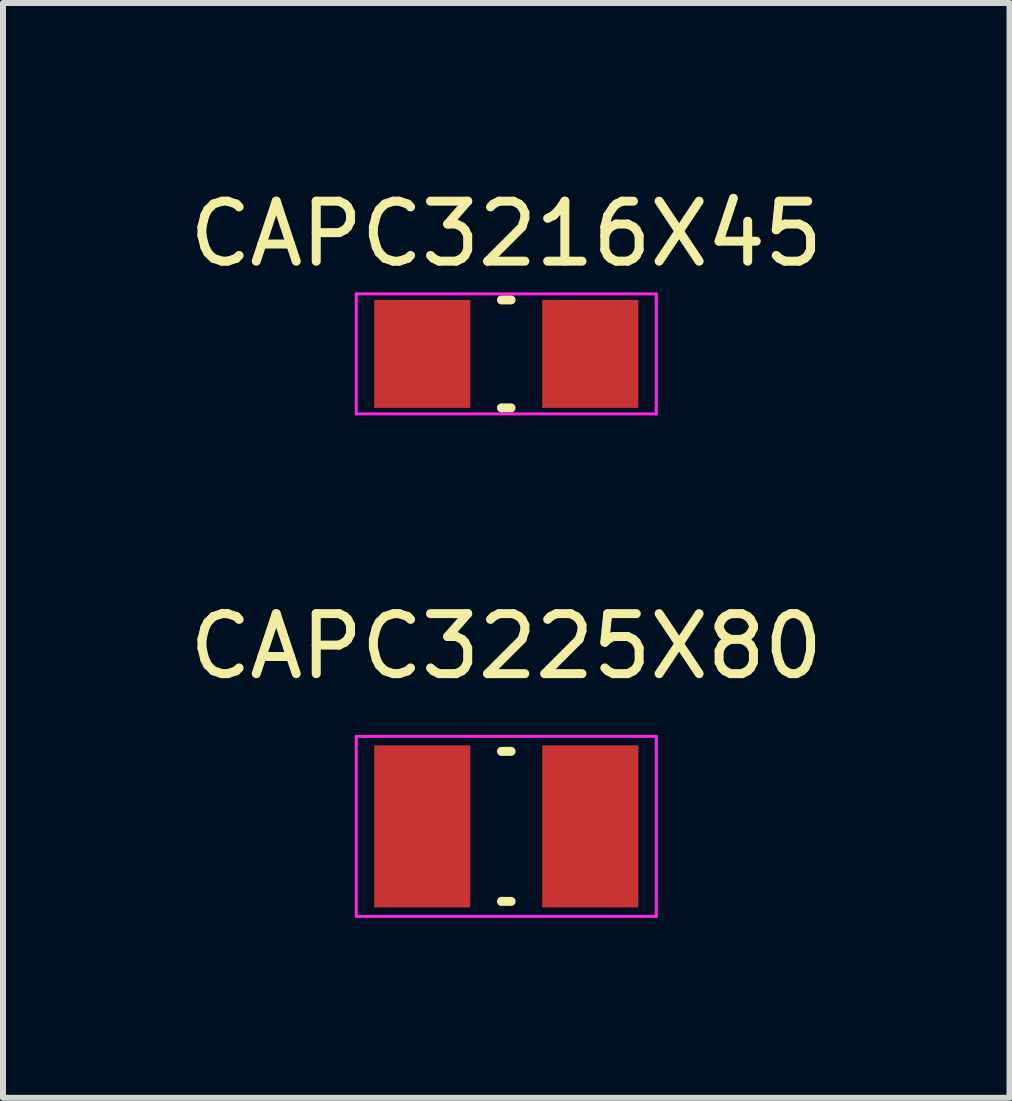
<source format=kicad_pcb>
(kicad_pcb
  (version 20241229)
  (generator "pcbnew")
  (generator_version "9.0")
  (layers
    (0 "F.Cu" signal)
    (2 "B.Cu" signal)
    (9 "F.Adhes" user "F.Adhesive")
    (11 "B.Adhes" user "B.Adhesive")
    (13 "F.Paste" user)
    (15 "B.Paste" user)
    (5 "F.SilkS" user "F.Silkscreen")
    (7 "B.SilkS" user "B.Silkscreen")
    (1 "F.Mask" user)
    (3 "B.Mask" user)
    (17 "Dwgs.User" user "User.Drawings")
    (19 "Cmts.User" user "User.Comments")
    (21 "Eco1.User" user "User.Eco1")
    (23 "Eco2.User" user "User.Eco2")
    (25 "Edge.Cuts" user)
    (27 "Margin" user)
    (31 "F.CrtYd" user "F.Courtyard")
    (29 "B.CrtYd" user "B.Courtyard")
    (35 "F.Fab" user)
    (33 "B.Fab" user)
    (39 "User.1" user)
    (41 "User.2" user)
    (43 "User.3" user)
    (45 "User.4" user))
  (footprint "CAPC3225X80"
    (layer "F.Cu")
    (at 5.387 10.722)
    (property "Reference" "CAPC3225X80" (at 0 -3 0) (layer "F.SilkS") (effects (font (size 1 1) (thickness 0.15))))
    (attr smd)
    (fp_line (start -0.08 1.25) (end 0.08 1.25) (stroke (width 0.15) (type solid)) (layer "F.SilkS"))
    (fp_line (start 0.08 -1.25) (end -0.08 -1.25) (stroke (width 0.15) (type solid)) (layer "F.SilkS"))
    (fp_line (start -2.5 -1.5) (end -2.5 1.5) (stroke (width 0.05) (type solid)) (layer "F.CrtYd"))
    (fp_line (start -2.5 -1.5) (end 2.5 -1.5) (stroke (width 0.05) (type solid)) (layer "F.CrtYd"))
    (fp_line (start -2.5 1.5) (end 2.5 1.5) (stroke (width 0.05) (type solid)) (layer "F.CrtYd"))
    (fp_line (start 2.5 -1.5) (end 2.5 1.5) (stroke (width 0.05) (type solid)) (layer "F.CrtYd"))
    (pad "1" smd rect (at -1.4 0) (size 1.6 2.7) (layers "F.Cu" "F.Mask" "F.Paste"))
    (pad "2" smd rect (at 1.4 0) (size 1.6 2.7) (layers "F.Cu" "F.Mask" "F.Paste")))
  (footprint "CAPC3216X45"
    (layer "F.Cu")
    (at 5.387 2.848)
    (property "Reference" "CAPC3216X45" (at 0 -2 0) (layer "F.SilkS") (effects (font (size 1 1) (thickness 0.15))))
    (attr smd)
    (fp_line (start -0.08 0.9) (end 0.08 0.9) (stroke (width 0.15) (type solid)) (layer "F.SilkS"))
    (fp_line (start 0.08 -0.9) (end -0.08 -0.9) (stroke (width 0.15) (type solid)) (layer "F.SilkS"))
    (fp_line (start -2.5 -1) (end -2.5 1) (stroke (width 0.05) (type solid)) (layer "F.CrtYd"))
    (fp_line (start -2.5 -1) (end 2.5 -1) (stroke (width 0.05) (type solid)) (layer "F.CrtYd"))
    (fp_line (start -2.5 1) (end 2.5 1) (stroke (width 0.05) (type solid)) (layer "F.CrtYd"))
    (fp_line (start 2.5 -1) (end 2.5 1) (stroke (width 0.05) (type solid)) (layer "F.CrtYd"))
    (pad "1" smd rect (at -1.4 0) (size 1.6 1.8) (layers "F.Cu" "F.Mask" "F.Paste"))
    (pad "2" smd rect (at 1.4 0) (size 1.6 1.8) (layers "F.Cu" "F.Mask" "F.Paste")))
  (gr_rect
    (start -3 -3)
    (end 13.774 15.246)
    (stroke (width 0.1) (type default))
    (fill no)
    (layer "Edge.Cuts")))
</source>
